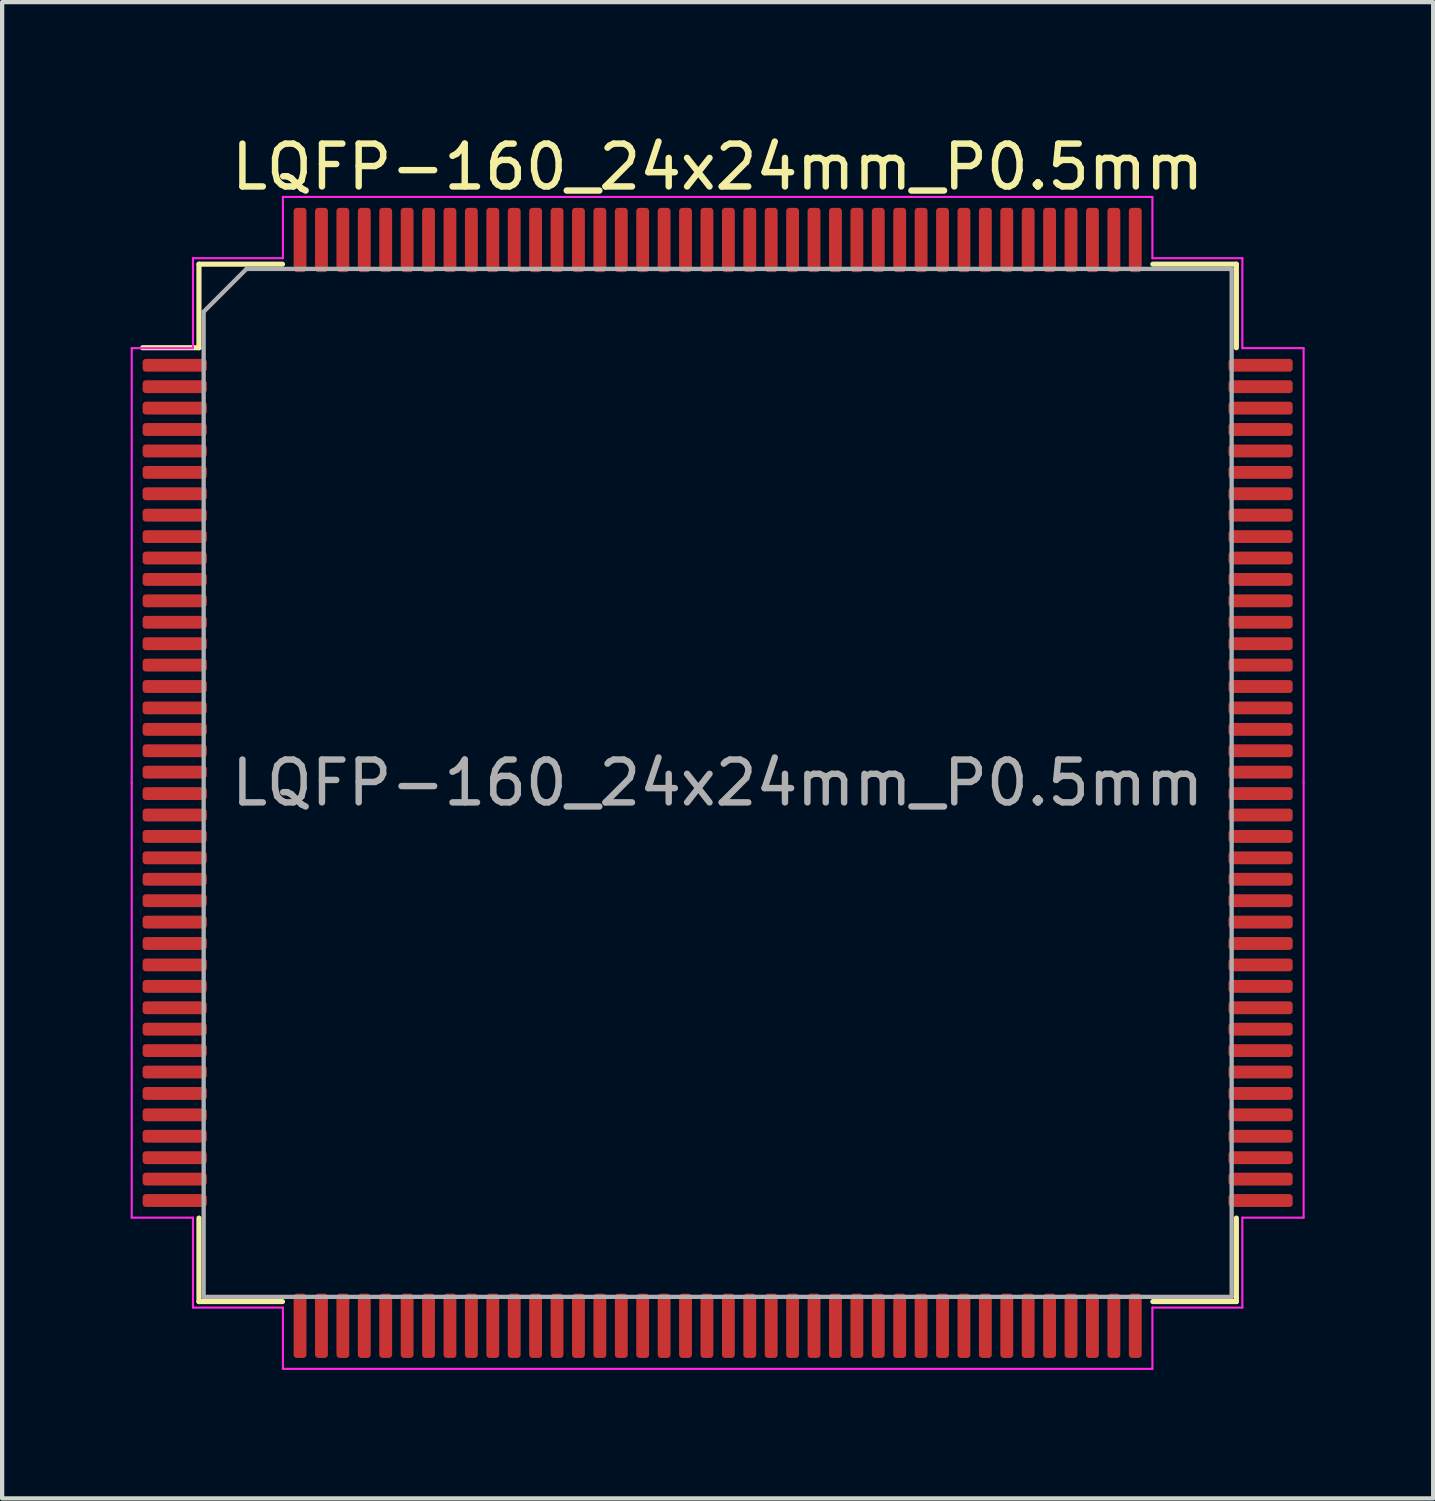
<source format=kicad_pcb>
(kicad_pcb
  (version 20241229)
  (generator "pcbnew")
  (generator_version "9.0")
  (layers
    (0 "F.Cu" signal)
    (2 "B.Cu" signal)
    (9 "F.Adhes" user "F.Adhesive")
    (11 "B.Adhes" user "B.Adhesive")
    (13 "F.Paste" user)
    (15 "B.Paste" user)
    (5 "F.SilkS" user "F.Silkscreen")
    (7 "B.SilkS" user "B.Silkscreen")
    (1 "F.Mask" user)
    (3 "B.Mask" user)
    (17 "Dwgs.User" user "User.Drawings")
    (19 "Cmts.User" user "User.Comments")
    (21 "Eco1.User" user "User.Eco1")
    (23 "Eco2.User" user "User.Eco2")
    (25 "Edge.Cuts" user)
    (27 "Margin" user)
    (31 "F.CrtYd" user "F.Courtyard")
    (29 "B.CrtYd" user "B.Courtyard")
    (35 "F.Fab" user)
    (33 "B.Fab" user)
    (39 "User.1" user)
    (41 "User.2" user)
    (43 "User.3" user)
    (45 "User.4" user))
  (footprint "LQFP-160_24x24mm_P0.5mm"
    (layer "F.Cu")
    (at 13.705 15.228)
    (property "Reference" "LQFP-160_24x24mm_P0.5mm" (at 0 -14.38 0) (layer "F.SilkS") (effects (font (size 1 1) (thickness 0.15))))
    (attr smd)
    (fp_line (start -12.11 -12.11) (end -12.11 -10.16) (stroke (width 0.12) (type solid)) (layer "F.SilkS"))
    (fp_line (start -12.11 -10.16) (end -13.425 -10.16) (stroke (width 0.12) (type solid)) (layer "F.SilkS"))
    (fp_line (start -12.11 12.11) (end -12.11 10.16) (stroke (width 0.12) (type solid)) (layer "F.SilkS"))
    (fp_line (start -10.16 -12.11) (end -12.11 -12.11) (stroke (width 0.12) (type solid)) (layer "F.SilkS"))
    (fp_line (start -10.16 12.11) (end -12.11 12.11) (stroke (width 0.12) (type solid)) (layer "F.SilkS"))
    (fp_line (start 10.16 -12.11) (end 12.11 -12.11) (stroke (width 0.12) (type solid)) (layer "F.SilkS"))
    (fp_line (start 10.16 12.11) (end 12.11 12.11) (stroke (width 0.12) (type solid)) (layer "F.SilkS"))
    (fp_line (start 12.11 -12.11) (end 12.11 -10.16) (stroke (width 0.12) (type solid)) (layer "F.SilkS"))
    (fp_line (start 12.11 12.11) (end 12.11 10.16) (stroke (width 0.12) (type solid)) (layer "F.SilkS"))
    (fp_line (start -13.68 -10.15) (end -13.68 0) (stroke (width 0.05) (type solid)) (layer "F.CrtYd"))
    (fp_line (start -13.68 10.15) (end -13.68 0) (stroke (width 0.05) (type solid)) (layer "F.CrtYd"))
    (fp_line (start -12.25 -12.25) (end -12.25 -10.15) (stroke (width 0.05) (type solid)) (layer "F.CrtYd"))
    (fp_line (start -12.25 -10.15) (end -13.68 -10.15) (stroke (width 0.05) (type solid)) (layer "F.CrtYd"))
    (fp_line (start -12.25 10.15) (end -13.68 10.15) (stroke (width 0.05) (type solid)) (layer "F.CrtYd"))
    (fp_line (start -12.25 12.25) (end -12.25 10.15) (stroke (width 0.05) (type solid)) (layer "F.CrtYd"))
    (fp_line (start -10.15 -13.68) (end -10.15 -12.25) (stroke (width 0.05) (type solid)) (layer "F.CrtYd"))
    (fp_line (start -10.15 -12.25) (end -12.25 -12.25) (stroke (width 0.05) (type solid)) (layer "F.CrtYd"))
    (fp_line (start -10.15 12.25) (end -12.25 12.25) (stroke (width 0.05) (type solid)) (layer "F.CrtYd"))
    (fp_line (start -10.15 13.68) (end -10.15 12.25) (stroke (width 0.05) (type solid)) (layer "F.CrtYd"))
    (fp_line (start 0 -13.68) (end -10.15 -13.68) (stroke (width 0.05) (type solid)) (layer "F.CrtYd"))
    (fp_line (start 0 -13.68) (end 10.15 -13.68) (stroke (width 0.05) (type solid)) (layer "F.CrtYd"))
    (fp_line (start 0 13.68) (end -10.15 13.68) (stroke (width 0.05) (type solid)) (layer "F.CrtYd"))
    (fp_line (start 0 13.68) (end 10.15 13.68) (stroke (width 0.05) (type solid)) (layer "F.CrtYd"))
    (fp_line (start 10.15 -13.68) (end 10.15 -12.25) (stroke (width 0.05) (type solid)) (layer "F.CrtYd"))
    (fp_line (start 10.15 -12.25) (end 12.25 -12.25) (stroke (width 0.05) (type solid)) (layer "F.CrtYd"))
    (fp_line (start 10.15 12.25) (end 12.25 12.25) (stroke (width 0.05) (type solid)) (layer "F.CrtYd"))
    (fp_line (start 10.15 13.68) (end 10.15 12.25) (stroke (width 0.05) (type solid)) (layer "F.CrtYd"))
    (fp_line (start 12.25 -12.25) (end 12.25 -10.15) (stroke (width 0.05) (type solid)) (layer "F.CrtYd"))
    (fp_line (start 12.25 -10.15) (end 13.68 -10.15) (stroke (width 0.05) (type solid)) (layer "F.CrtYd"))
    (fp_line (start 12.25 10.15) (end 13.68 10.15) (stroke (width 0.05) (type solid)) (layer "F.CrtYd"))
    (fp_line (start 12.25 12.25) (end 12.25 10.15) (stroke (width 0.05) (type solid)) (layer "F.CrtYd"))
    (fp_line (start 13.68 -10.15) (end 13.68 0) (stroke (width 0.05) (type solid)) (layer "F.CrtYd"))
    (fp_line (start 13.68 10.15) (end 13.68 0) (stroke (width 0.05) (type solid)) (layer "F.CrtYd"))
    (fp_line (start -12 -11) (end -11 -12) (stroke (width 0.1) (type solid)) (layer "F.Fab"))
    (fp_line (start -12 12) (end -12 -11) (stroke (width 0.1) (type solid)) (layer "F.Fab"))
    (fp_line (start -11 -12) (end 12 -12) (stroke (width 0.1) (type solid)) (layer "F.Fab"))
    (fp_line (start 12 -12) (end 12 12) (stroke (width 0.1) (type solid)) (layer "F.Fab"))
    (fp_line (start 12 12) (end -12 12) (stroke (width 0.1) (type solid)) (layer "F.Fab"))
    (fp_text user "${REFERENCE}" (at 0 0 0) (layer "F.Fab") (effects (font (size 1 1) (thickness 0.15))))
    (pad "1" smd roundrect (at -12.675 -9.75) (size 1.5 0.3) (layers "F.Cu" "F.Mask" "F.Paste") (roundrect_rratio 0.25))
    (pad "2" smd roundrect (at -12.675 -9.25) (size 1.5 0.3) (layers "F.Cu" "F.Mask" "F.Paste") (roundrect_rratio 0.25))
    (pad "3" smd roundrect (at -12.675 -8.75) (size 1.5 0.3) (layers "F.Cu" "F.Mask" "F.Paste") (roundrect_rratio 0.25))
    (pad "4" smd roundrect (at -12.675 -8.25) (size 1.5 0.3) (layers "F.Cu" "F.Mask" "F.Paste") (roundrect_rratio 0.25))
    (pad "5" smd roundrect (at -12.675 -7.75) (size 1.5 0.3) (layers "F.Cu" "F.Mask" "F.Paste") (roundrect_rratio 0.25))
    (pad "6" smd roundrect (at -12.675 -7.25) (size 1.5 0.3) (layers "F.Cu" "F.Mask" "F.Paste") (roundrect_rratio 0.25))
    (pad "7" smd roundrect (at -12.675 -6.75) (size 1.5 0.3) (layers "F.Cu" "F.Mask" "F.Paste") (roundrect_rratio 0.25))
    (pad "8" smd roundrect (at -12.675 -6.25) (size 1.5 0.3) (layers "F.Cu" "F.Mask" "F.Paste") (roundrect_rratio 0.25))
    (pad "9" smd roundrect (at -12.675 -5.75) (size 1.5 0.3) (layers "F.Cu" "F.Mask" "F.Paste") (roundrect_rratio 0.25))
    (pad "10" smd roundrect (at -12.675 -5.25) (size 1.5 0.3) (layers "F.Cu" "F.Mask" "F.Paste") (roundrect_rratio 0.25))
    (pad "11" smd roundrect (at -12.675 -4.75) (size 1.5 0.3) (layers "F.Cu" "F.Mask" "F.Paste") (roundrect_rratio 0.25))
    (pad "12" smd roundrect (at -12.675 -4.25) (size 1.5 0.3) (layers "F.Cu" "F.Mask" "F.Paste") (roundrect_rratio 0.25))
    (pad "13" smd roundrect (at -12.675 -3.75) (size 1.5 0.3) (layers "F.Cu" "F.Mask" "F.Paste") (roundrect_rratio 0.25))
    (pad "14" smd roundrect (at -12.675 -3.25) (size 1.5 0.3) (layers "F.Cu" "F.Mask" "F.Paste") (roundrect_rratio 0.25))
    (pad "15" smd roundrect (at -12.675 -2.75) (size 1.5 0.3) (layers "F.Cu" "F.Mask" "F.Paste") (roundrect_rratio 0.25))
    (pad "16" smd roundrect (at -12.675 -2.25) (size 1.5 0.3) (layers "F.Cu" "F.Mask" "F.Paste") (roundrect_rratio 0.25))
    (pad "17" smd roundrect (at -12.675 -1.75) (size 1.5 0.3) (layers "F.Cu" "F.Mask" "F.Paste") (roundrect_rratio 0.25))
    (pad "18" smd roundrect (at -12.675 -1.25) (size 1.5 0.3) (layers "F.Cu" "F.Mask" "F.Paste") (roundrect_rratio 0.25))
    (pad "19" smd roundrect (at -12.675 -0.75) (size 1.5 0.3) (layers "F.Cu" "F.Mask" "F.Paste") (roundrect_rratio 0.25))
    (pad "20" smd roundrect (at -12.675 -0.25) (size 1.5 0.3) (layers "F.Cu" "F.Mask" "F.Paste") (roundrect_rratio 0.25))
    (pad "21" smd roundrect (at -12.675 0.25) (size 1.5 0.3) (layers "F.Cu" "F.Mask" "F.Paste") (roundrect_rratio 0.25))
    (pad "22" smd roundrect (at -12.675 0.75) (size 1.5 0.3) (layers "F.Cu" "F.Mask" "F.Paste") (roundrect_rratio 0.25))
    (pad "23" smd roundrect (at -12.675 1.25) (size 1.5 0.3) (layers "F.Cu" "F.Mask" "F.Paste") (roundrect_rratio 0.25))
    (pad "24" smd roundrect (at -12.675 1.75) (size 1.5 0.3) (layers "F.Cu" "F.Mask" "F.Paste") (roundrect_rratio 0.25))
    (pad "25" smd roundrect (at -12.675 2.25) (size 1.5 0.3) (layers "F.Cu" "F.Mask" "F.Paste") (roundrect_rratio 0.25))
    (pad "26" smd roundrect (at -12.675 2.75) (size 1.5 0.3) (layers "F.Cu" "F.Mask" "F.Paste") (roundrect_rratio 0.25))
    (pad "27" smd roundrect (at -12.675 3.25) (size 1.5 0.3) (layers "F.Cu" "F.Mask" "F.Paste") (roundrect_rratio 0.25))
    (pad "28" smd roundrect (at -12.675 3.75) (size 1.5 0.3) (layers "F.Cu" "F.Mask" "F.Paste") (roundrect_rratio 0.25))
    (pad "29" smd roundrect (at -12.675 4.25) (size 1.5 0.3) (layers "F.Cu" "F.Mask" "F.Paste") (roundrect_rratio 0.25))
    (pad "30" smd roundrect (at -12.675 4.75) (size 1.5 0.3) (layers "F.Cu" "F.Mask" "F.Paste") (roundrect_rratio 0.25))
    (pad "31" smd roundrect (at -12.675 5.25) (size 1.5 0.3) (layers "F.Cu" "F.Mask" "F.Paste") (roundrect_rratio 0.25))
    (pad "32" smd roundrect (at -12.675 5.75) (size 1.5 0.3) (layers "F.Cu" "F.Mask" "F.Paste") (roundrect_rratio 0.25))
    (pad "33" smd roundrect (at -12.675 6.25) (size 1.5 0.3) (layers "F.Cu" "F.Mask" "F.Paste") (roundrect_rratio 0.25))
    (pad "34" smd roundrect (at -12.675 6.75) (size 1.5 0.3) (layers "F.Cu" "F.Mask" "F.Paste") (roundrect_rratio 0.25))
    (pad "35" smd roundrect (at -12.675 7.25) (size 1.5 0.3) (layers "F.Cu" "F.Mask" "F.Paste") (roundrect_rratio 0.25))
    (pad "36" smd roundrect (at -12.675 7.75) (size 1.5 0.3) (layers "F.Cu" "F.Mask" "F.Paste") (roundrect_rratio 0.25))
    (pad "37" smd roundrect (at -12.675 8.25) (size 1.5 0.3) (layers "F.Cu" "F.Mask" "F.Paste") (roundrect_rratio 0.25))
    (pad "38" smd roundrect (at -12.675 8.75) (size 1.5 0.3) (layers "F.Cu" "F.Mask" "F.Paste") (roundrect_rratio 0.25))
    (pad "39" smd roundrect (at -12.675 9.25) (size 1.5 0.3) (layers "F.Cu" "F.Mask" "F.Paste") (roundrect_rratio 0.25))
    (pad "40" smd roundrect (at -12.675 9.75) (size 1.5 0.3) (layers "F.Cu" "F.Mask" "F.Paste") (roundrect_rratio 0.25))
    (pad "41" smd roundrect (at -9.75 12.675) (size 0.3 1.5) (layers "F.Cu" "F.Mask" "F.Paste") (roundrect_rratio 0.25))
    (pad "42" smd roundrect (at -9.25 12.675) (size 0.3 1.5) (layers "F.Cu" "F.Mask" "F.Paste") (roundrect_rratio 0.25))
    (pad "43" smd roundrect (at -8.75 12.675) (size 0.3 1.5) (layers "F.Cu" "F.Mask" "F.Paste") (roundrect_rratio 0.25))
    (pad "44" smd roundrect (at -8.25 12.675) (size 0.3 1.5) (layers "F.Cu" "F.Mask" "F.Paste") (roundrect_rratio 0.25))
    (pad "45" smd roundrect (at -7.75 12.675) (size 0.3 1.5) (layers "F.Cu" "F.Mask" "F.Paste") (roundrect_rratio 0.25))
    (pad "46" smd roundrect (at -7.25 12.675) (size 0.3 1.5) (layers "F.Cu" "F.Mask" "F.Paste") (roundrect_rratio 0.25))
    (pad "47" smd roundrect (at -6.75 12.675) (size 0.3 1.5) (layers "F.Cu" "F.Mask" "F.Paste") (roundrect_rratio 0.25))
    (pad "48" smd roundrect (at -6.25 12.675) (size 0.3 1.5) (layers "F.Cu" "F.Mask" "F.Paste") (roundrect_rratio 0.25))
    (pad "49" smd roundrect (at -5.75 12.675) (size 0.3 1.5) (layers "F.Cu" "F.Mask" "F.Paste") (roundrect_rratio 0.25))
    (pad "50" smd roundrect (at -5.25 12.675) (size 0.3 1.5) (layers "F.Cu" "F.Mask" "F.Paste") (roundrect_rratio 0.25))
    (pad "51" smd roundrect (at -4.75 12.675) (size 0.3 1.5) (layers "F.Cu" "F.Mask" "F.Paste") (roundrect_rratio 0.25))
    (pad "52" smd roundrect (at -4.25 12.675) (size 0.3 1.5) (layers "F.Cu" "F.Mask" "F.Paste") (roundrect_rratio 0.25))
    (pad "53" smd roundrect (at -3.75 12.675) (size 0.3 1.5) (layers "F.Cu" "F.Mask" "F.Paste") (roundrect_rratio 0.25))
    (pad "54" smd roundrect (at -3.25 12.675) (size 0.3 1.5) (layers "F.Cu" "F.Mask" "F.Paste") (roundrect_rratio 0.25))
    (pad "55" smd roundrect (at -2.75 12.675) (size 0.3 1.5) (layers "F.Cu" "F.Mask" "F.Paste") (roundrect_rratio 0.25))
    (pad "56" smd roundrect (at -2.25 12.675) (size 0.3 1.5) (layers "F.Cu" "F.Mask" "F.Paste") (roundrect_rratio 0.25))
    (pad "57" smd roundrect (at -1.75 12.675) (size 0.3 1.5) (layers "F.Cu" "F.Mask" "F.Paste") (roundrect_rratio 0.25))
    (pad "58" smd roundrect (at -1.25 12.675) (size 0.3 1.5) (layers "F.Cu" "F.Mask" "F.Paste") (roundrect_rratio 0.25))
    (pad "59" smd roundrect (at -0.75 12.675) (size 0.3 1.5) (layers "F.Cu" "F.Mask" "F.Paste") (roundrect_rratio 0.25))
    (pad "60" smd roundrect (at -0.25 12.675) (size 0.3 1.5) (layers "F.Cu" "F.Mask" "F.Paste") (roundrect_rratio 0.25))
    (pad "61" smd roundrect (at 0.25 12.675) (size 0.3 1.5) (layers "F.Cu" "F.Mask" "F.Paste") (roundrect_rratio 0.25))
    (pad "62" smd roundrect (at 0.75 12.675) (size 0.3 1.5) (layers "F.Cu" "F.Mask" "F.Paste") (roundrect_rratio 0.25))
    (pad "63" smd roundrect (at 1.25 12.675) (size 0.3 1.5) (layers "F.Cu" "F.Mask" "F.Paste") (roundrect_rratio 0.25))
    (pad "64" smd roundrect (at 1.75 12.675) (size 0.3 1.5) (layers "F.Cu" "F.Mask" "F.Paste") (roundrect_rratio 0.25))
    (pad "65" smd roundrect (at 2.25 12.675) (size 0.3 1.5) (layers "F.Cu" "F.Mask" "F.Paste") (roundrect_rratio 0.25))
    (pad "66" smd roundrect (at 2.75 12.675) (size 0.3 1.5) (layers "F.Cu" "F.Mask" "F.Paste") (roundrect_rratio 0.25))
    (pad "67" smd roundrect (at 3.25 12.675) (size 0.3 1.5) (layers "F.Cu" "F.Mask" "F.Paste") (roundrect_rratio 0.25))
    (pad "68" smd roundrect (at 3.75 12.675) (size 0.3 1.5) (layers "F.Cu" "F.Mask" "F.Paste") (roundrect_rratio 0.25))
    (pad "69" smd roundrect (at 4.25 12.675) (size 0.3 1.5) (layers "F.Cu" "F.Mask" "F.Paste") (roundrect_rratio 0.25))
    (pad "70" smd roundrect (at 4.75 12.675) (size 0.3 1.5) (layers "F.Cu" "F.Mask" "F.Paste") (roundrect_rratio 0.25))
    (pad "71" smd roundrect (at 5.25 12.675) (size 0.3 1.5) (layers "F.Cu" "F.Mask" "F.Paste") (roundrect_rratio 0.25))
    (pad "72" smd roundrect (at 5.75 12.675) (size 0.3 1.5) (layers "F.Cu" "F.Mask" "F.Paste") (roundrect_rratio 0.25))
    (pad "73" smd roundrect (at 6.25 12.675) (size 0.3 1.5) (layers "F.Cu" "F.Mask" "F.Paste") (roundrect_rratio 0.25))
    (pad "74" smd roundrect (at 6.75 12.675) (size 0.3 1.5) (layers "F.Cu" "F.Mask" "F.Paste") (roundrect_rratio 0.25))
    (pad "75" smd roundrect (at 7.25 12.675) (size 0.3 1.5) (layers "F.Cu" "F.Mask" "F.Paste") (roundrect_rratio 0.25))
    (pad "76" smd roundrect (at 7.75 12.675) (size 0.3 1.5) (layers "F.Cu" "F.Mask" "F.Paste") (roundrect_rratio 0.25))
    (pad "77" smd roundrect (at 8.25 12.675) (size 0.3 1.5) (layers "F.Cu" "F.Mask" "F.Paste") (roundrect_rratio 0.25))
    (pad "78" smd roundrect (at 8.75 12.675) (size 0.3 1.5) (layers "F.Cu" "F.Mask" "F.Paste") (roundrect_rratio 0.25))
    (pad "79" smd roundrect (at 9.25 12.675) (size 0.3 1.5) (layers "F.Cu" "F.Mask" "F.Paste") (roundrect_rratio 0.25))
    (pad "80" smd roundrect (at 9.75 12.675) (size 0.3 1.5) (layers "F.Cu" "F.Mask" "F.Paste") (roundrect_rratio 0.25))
    (pad "81" smd roundrect (at 12.675 9.75) (size 1.5 0.3) (layers "F.Cu" "F.Mask" "F.Paste") (roundrect_rratio 0.25))
    (pad "82" smd roundrect (at 12.675 9.25) (size 1.5 0.3) (layers "F.Cu" "F.Mask" "F.Paste") (roundrect_rratio 0.25))
    (pad "83" smd roundrect (at 12.675 8.75) (size 1.5 0.3) (layers "F.Cu" "F.Mask" "F.Paste") (roundrect_rratio 0.25))
    (pad "84" smd roundrect (at 12.675 8.25) (size 1.5 0.3) (layers "F.Cu" "F.Mask" "F.Paste") (roundrect_rratio 0.25))
    (pad "85" smd roundrect (at 12.675 7.75) (size 1.5 0.3) (layers "F.Cu" "F.Mask" "F.Paste") (roundrect_rratio 0.25))
    (pad "86" smd roundrect (at 12.675 7.25) (size 1.5 0.3) (layers "F.Cu" "F.Mask" "F.Paste") (roundrect_rratio 0.25))
    (pad "87" smd roundrect (at 12.675 6.75) (size 1.5 0.3) (layers "F.Cu" "F.Mask" "F.Paste") (roundrect_rratio 0.25))
    (pad "88" smd roundrect (at 12.675 6.25) (size 1.5 0.3) (layers "F.Cu" "F.Mask" "F.Paste") (roundrect_rratio 0.25))
    (pad "89" smd roundrect (at 12.675 5.75) (size 1.5 0.3) (layers "F.Cu" "F.Mask" "F.Paste") (roundrect_rratio 0.25))
    (pad "90" smd roundrect (at 12.675 5.25) (size 1.5 0.3) (layers "F.Cu" "F.Mask" "F.Paste") (roundrect_rratio 0.25))
    (pad "91" smd roundrect (at 12.675 4.75) (size 1.5 0.3) (layers "F.Cu" "F.Mask" "F.Paste") (roundrect_rratio 0.25))
    (pad "92" smd roundrect (at 12.675 4.25) (size 1.5 0.3) (layers "F.Cu" "F.Mask" "F.Paste") (roundrect_rratio 0.25))
    (pad "93" smd roundrect (at 12.675 3.75) (size 1.5 0.3) (layers "F.Cu" "F.Mask" "F.Paste") (roundrect_rratio 0.25))
    (pad "94" smd roundrect (at 12.675 3.25) (size 1.5 0.3) (layers "F.Cu" "F.Mask" "F.Paste") (roundrect_rratio 0.25))
    (pad "95" smd roundrect (at 12.675 2.75) (size 1.5 0.3) (layers "F.Cu" "F.Mask" "F.Paste") (roundrect_rratio 0.25))
    (pad "96" smd roundrect (at 12.675 2.25) (size 1.5 0.3) (layers "F.Cu" "F.Mask" "F.Paste") (roundrect_rratio 0.25))
    (pad "97" smd roundrect (at 12.675 1.75) (size 1.5 0.3) (layers "F.Cu" "F.Mask" "F.Paste") (roundrect_rratio 0.25))
    (pad "98" smd roundrect (at 12.675 1.25) (size 1.5 0.3) (layers "F.Cu" "F.Mask" "F.Paste") (roundrect_rratio 0.25))
    (pad "99" smd roundrect (at 12.675 0.75) (size 1.5 0.3) (layers "F.Cu" "F.Mask" "F.Paste") (roundrect_rratio 0.25))
    (pad "100" smd roundrect (at 12.675 0.25) (size 1.5 0.3) (layers "F.Cu" "F.Mask" "F.Paste") (roundrect_rratio 0.25))
    (pad "101" smd roundrect (at 12.675 -0.25) (size 1.5 0.3) (layers "F.Cu" "F.Mask" "F.Paste") (roundrect_rratio 0.25))
    (pad "102" smd roundrect (at 12.675 -0.75) (size 1.5 0.3) (layers "F.Cu" "F.Mask" "F.Paste") (roundrect_rratio 0.25))
    (pad "103" smd roundrect (at 12.675 -1.25) (size 1.5 0.3) (layers "F.Cu" "F.Mask" "F.Paste") (roundrect_rratio 0.25))
    (pad "104" smd roundrect (at 12.675 -1.75) (size 1.5 0.3) (layers "F.Cu" "F.Mask" "F.Paste") (roundrect_rratio 0.25))
    (pad "105" smd roundrect (at 12.675 -2.25) (size 1.5 0.3) (layers "F.Cu" "F.Mask" "F.Paste") (roundrect_rratio 0.25))
    (pad "106" smd roundrect (at 12.675 -2.75) (size 1.5 0.3) (layers "F.Cu" "F.Mask" "F.Paste") (roundrect_rratio 0.25))
    (pad "107" smd roundrect (at 12.675 -3.25) (size 1.5 0.3) (layers "F.Cu" "F.Mask" "F.Paste") (roundrect_rratio 0.25))
    (pad "108" smd roundrect (at 12.675 -3.75) (size 1.5 0.3) (layers "F.Cu" "F.Mask" "F.Paste") (roundrect_rratio 0.25))
    (pad "109" smd roundrect (at 12.675 -4.25) (size 1.5 0.3) (layers "F.Cu" "F.Mask" "F.Paste") (roundrect_rratio 0.25))
    (pad "110" smd roundrect (at 12.675 -4.75) (size 1.5 0.3) (layers "F.Cu" "F.Mask" "F.Paste") (roundrect_rratio 0.25))
    (pad "111" smd roundrect (at 12.675 -5.25) (size 1.5 0.3) (layers "F.Cu" "F.Mask" "F.Paste") (roundrect_rratio 0.25))
    (pad "112" smd roundrect (at 12.675 -5.75) (size 1.5 0.3) (layers "F.Cu" "F.Mask" "F.Paste") (roundrect_rratio 0.25))
    (pad "113" smd roundrect (at 12.675 -6.25) (size 1.5 0.3) (layers "F.Cu" "F.Mask" "F.Paste") (roundrect_rratio 0.25))
    (pad "114" smd roundrect (at 12.675 -6.75) (size 1.5 0.3) (layers "F.Cu" "F.Mask" "F.Paste") (roundrect_rratio 0.25))
    (pad "115" smd roundrect (at 12.675 -7.25) (size 1.5 0.3) (layers "F.Cu" "F.Mask" "F.Paste") (roundrect_rratio 0.25))
    (pad "116" smd roundrect (at 12.675 -7.75) (size 1.5 0.3) (layers "F.Cu" "F.Mask" "F.Paste") (roundrect_rratio 0.25))
    (pad "117" smd roundrect (at 12.675 -8.25) (size 1.5 0.3) (layers "F.Cu" "F.Mask" "F.Paste") (roundrect_rratio 0.25))
    (pad "118" smd roundrect (at 12.675 -8.75) (size 1.5 0.3) (layers "F.Cu" "F.Mask" "F.Paste") (roundrect_rratio 0.25))
    (pad "119" smd roundrect (at 12.675 -9.25) (size 1.5 0.3) (layers "F.Cu" "F.Mask" "F.Paste") (roundrect_rratio 0.25))
    (pad "120" smd roundrect (at 12.675 -9.75) (size 1.5 0.3) (layers "F.Cu" "F.Mask" "F.Paste") (roundrect_rratio 0.25))
    (pad "121" smd roundrect (at 9.75 -12.675) (size 0.3 1.5) (layers "F.Cu" "F.Mask" "F.Paste") (roundrect_rratio 0.25))
    (pad "122" smd roundrect (at 9.25 -12.675) (size 0.3 1.5) (layers "F.Cu" "F.Mask" "F.Paste") (roundrect_rratio 0.25))
    (pad "123" smd roundrect (at 8.75 -12.675) (size 0.3 1.5) (layers "F.Cu" "F.Mask" "F.Paste") (roundrect_rratio 0.25))
    (pad "124" smd roundrect (at 8.25 -12.675) (size 0.3 1.5) (layers "F.Cu" "F.Mask" "F.Paste") (roundrect_rratio 0.25))
    (pad "125" smd roundrect (at 7.75 -12.675) (size 0.3 1.5) (layers "F.Cu" "F.Mask" "F.Paste") (roundrect_rratio 0.25))
    (pad "126" smd roundrect (at 7.25 -12.675) (size 0.3 1.5) (layers "F.Cu" "F.Mask" "F.Paste") (roundrect_rratio 0.25))
    (pad "127" smd roundrect (at 6.75 -12.675) (size 0.3 1.5) (layers "F.Cu" "F.Mask" "F.Paste") (roundrect_rratio 0.25))
    (pad "128" smd roundrect (at 6.25 -12.675) (size 0.3 1.5) (layers "F.Cu" "F.Mask" "F.Paste") (roundrect_rratio 0.25))
    (pad "129" smd roundrect (at 5.75 -12.675) (size 0.3 1.5) (layers "F.Cu" "F.Mask" "F.Paste") (roundrect_rratio 0.25))
    (pad "130" smd roundrect (at 5.25 -12.675) (size 0.3 1.5) (layers "F.Cu" "F.Mask" "F.Paste") (roundrect_rratio 0.25))
    (pad "131" smd roundrect (at 4.75 -12.675) (size 0.3 1.5) (layers "F.Cu" "F.Mask" "F.Paste") (roundrect_rratio 0.25))
    (pad "132" smd roundrect (at 4.25 -12.675) (size 0.3 1.5) (layers "F.Cu" "F.Mask" "F.Paste") (roundrect_rratio 0.25))
    (pad "133" smd roundrect (at 3.75 -12.675) (size 0.3 1.5) (layers "F.Cu" "F.Mask" "F.Paste") (roundrect_rratio 0.25))
    (pad "134" smd roundrect (at 3.25 -12.675) (size 0.3 1.5) (layers "F.Cu" "F.Mask" "F.Paste") (roundrect_rratio 0.25))
    (pad "135" smd roundrect (at 2.75 -12.675) (size 0.3 1.5) (layers "F.Cu" "F.Mask" "F.Paste") (roundrect_rratio 0.25))
    (pad "136" smd roundrect (at 2.25 -12.675) (size 0.3 1.5) (layers "F.Cu" "F.Mask" "F.Paste") (roundrect_rratio 0.25))
    (pad "137" smd roundrect (at 1.75 -12.675) (size 0.3 1.5) (layers "F.Cu" "F.Mask" "F.Paste") (roundrect_rratio 0.25))
    (pad "138" smd roundrect (at 1.25 -12.675) (size 0.3 1.5) (layers "F.Cu" "F.Mask" "F.Paste") (roundrect_rratio 0.25))
    (pad "139" smd roundrect (at 0.75 -12.675) (size 0.3 1.5) (layers "F.Cu" "F.Mask" "F.Paste") (roundrect_rratio 0.25))
    (pad "140" smd roundrect (at 0.25 -12.675) (size 0.3 1.5) (layers "F.Cu" "F.Mask" "F.Paste") (roundrect_rratio 0.25))
    (pad "141" smd roundrect (at -0.25 -12.675) (size 0.3 1.5) (layers "F.Cu" "F.Mask" "F.Paste") (roundrect_rratio 0.25))
    (pad "142" smd roundrect (at -0.75 -12.675) (size 0.3 1.5) (layers "F.Cu" "F.Mask" "F.Paste") (roundrect_rratio 0.25))
    (pad "143" smd roundrect (at -1.25 -12.675) (size 0.3 1.5) (layers "F.Cu" "F.Mask" "F.Paste") (roundrect_rratio 0.25))
    (pad "144" smd roundrect (at -1.75 -12.675) (size 0.3 1.5) (layers "F.Cu" "F.Mask" "F.Paste") (roundrect_rratio 0.25))
    (pad "145" smd roundrect (at -2.25 -12.675) (size 0.3 1.5) (layers "F.Cu" "F.Mask" "F.Paste") (roundrect_rratio 0.25))
    (pad "146" smd roundrect (at -2.75 -12.675) (size 0.3 1.5) (layers "F.Cu" "F.Mask" "F.Paste") (roundrect_rratio 0.25))
    (pad "147" smd roundrect (at -3.25 -12.675) (size 0.3 1.5) (layers "F.Cu" "F.Mask" "F.Paste") (roundrect_rratio 0.25))
    (pad "148" smd roundrect (at -3.75 -12.675) (size 0.3 1.5) (layers "F.Cu" "F.Mask" "F.Paste") (roundrect_rratio 0.25))
    (pad "149" smd roundrect (at -4.25 -12.675) (size 0.3 1.5) (layers "F.Cu" "F.Mask" "F.Paste") (roundrect_rratio 0.25))
    (pad "150" smd roundrect (at -4.75 -12.675) (size 0.3 1.5) (layers "F.Cu" "F.Mask" "F.Paste") (roundrect_rratio 0.25))
    (pad "151" smd roundrect (at -5.25 -12.675) (size 0.3 1.5) (layers "F.Cu" "F.Mask" "F.Paste") (roundrect_rratio 0.25))
    (pad "152" smd roundrect (at -5.75 -12.675) (size 0.3 1.5) (layers "F.Cu" "F.Mask" "F.Paste") (roundrect_rratio 0.25))
    (pad "153" smd roundrect (at -6.25 -12.675) (size 0.3 1.5) (layers "F.Cu" "F.Mask" "F.Paste") (roundrect_rratio 0.25))
    (pad "154" smd roundrect (at -6.75 -12.675) (size 0.3 1.5) (layers "F.Cu" "F.Mask" "F.Paste") (roundrect_rratio 0.25))
    (pad "155" smd roundrect (at -7.25 -12.675) (size 0.3 1.5) (layers "F.Cu" "F.Mask" "F.Paste") (roundrect_rratio 0.25))
    (pad "156" smd roundrect (at -7.75 -12.675) (size 0.3 1.5) (layers "F.Cu" "F.Mask" "F.Paste") (roundrect_rratio 0.25))
    (pad "157" smd roundrect (at -8.25 -12.675) (size 0.3 1.5) (layers "F.Cu" "F.Mask" "F.Paste") (roundrect_rratio 0.25))
    (pad "158" smd roundrect (at -8.75 -12.675) (size 0.3 1.5) (layers "F.Cu" "F.Mask" "F.Paste") (roundrect_rratio 0.25))
    (pad "159" smd roundrect (at -9.25 -12.675) (size 0.3 1.5) (layers "F.Cu" "F.Mask" "F.Paste") (roundrect_rratio 0.25))
    (pad "160" smd roundrect (at -9.75 -12.675) (size 0.3 1.5) (layers "F.Cu" "F.Mask" "F.Paste") (roundrect_rratio 0.25)))
  (gr_rect
    (start -3 -3)
    (end 30.41 31.933)
    (stroke (width 0.1) (type default))
    (fill no)
    (layer "Edge.Cuts")))
</source>
